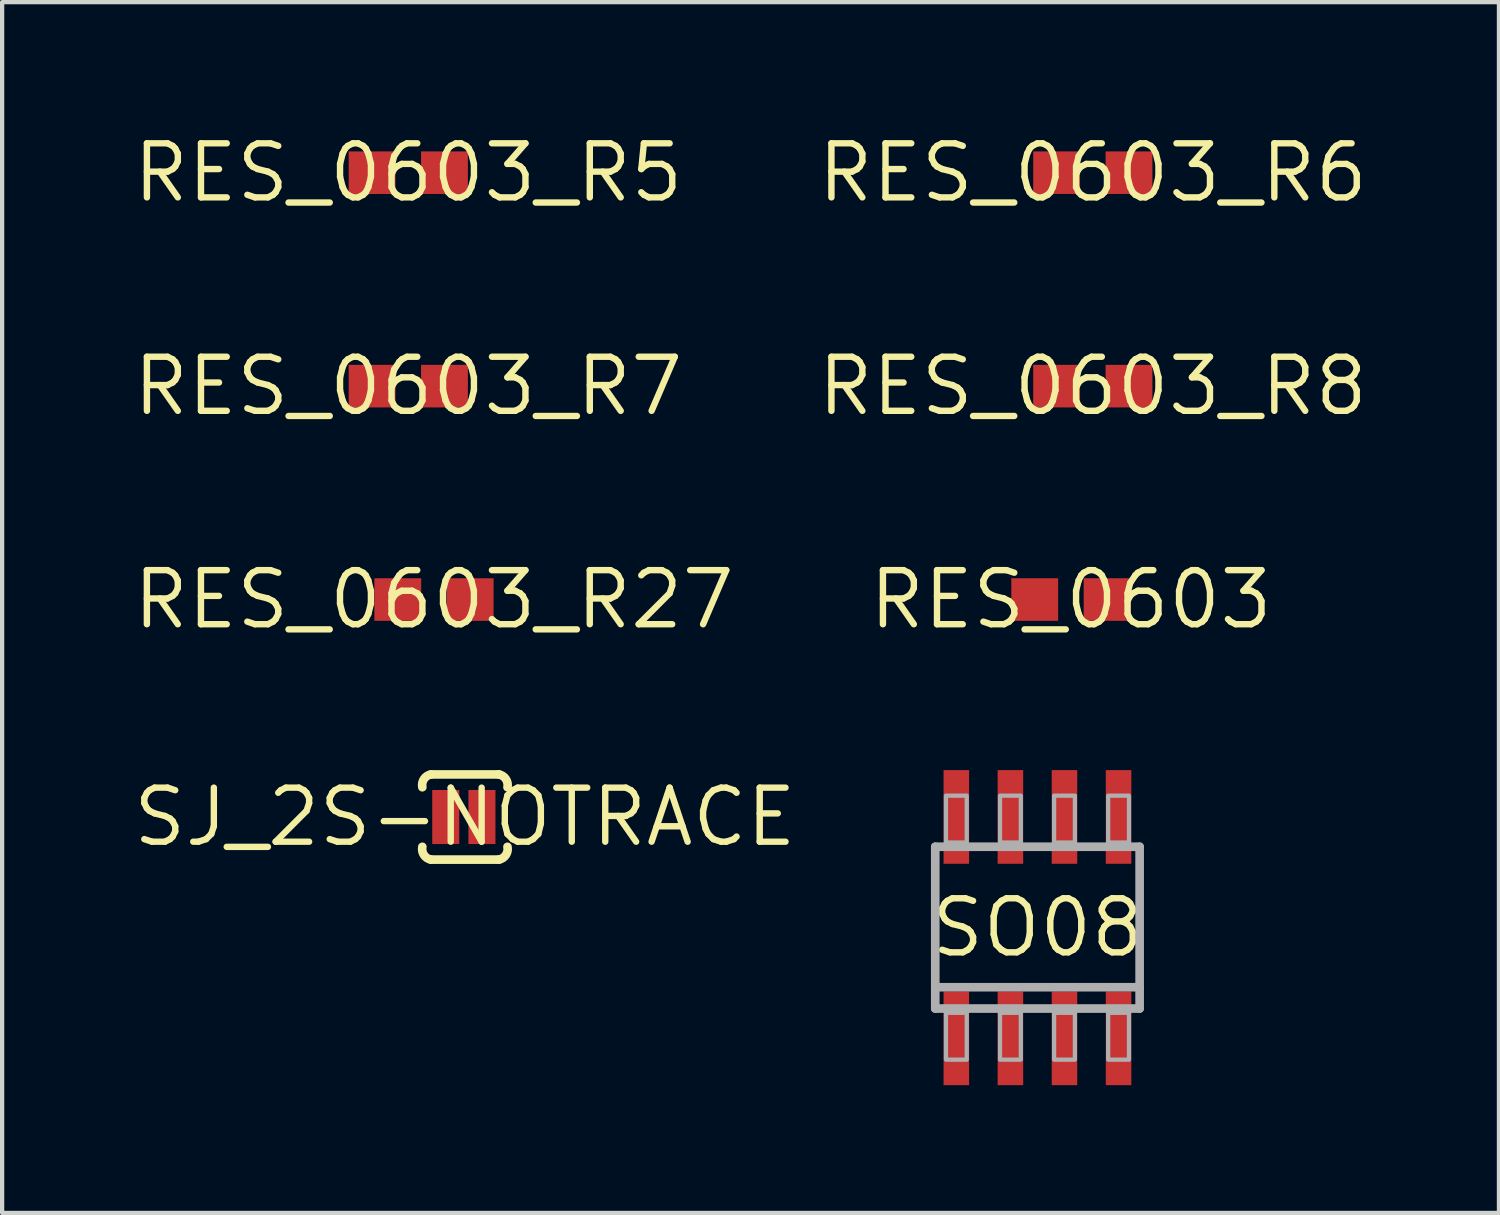
<source format=kicad_pcb>
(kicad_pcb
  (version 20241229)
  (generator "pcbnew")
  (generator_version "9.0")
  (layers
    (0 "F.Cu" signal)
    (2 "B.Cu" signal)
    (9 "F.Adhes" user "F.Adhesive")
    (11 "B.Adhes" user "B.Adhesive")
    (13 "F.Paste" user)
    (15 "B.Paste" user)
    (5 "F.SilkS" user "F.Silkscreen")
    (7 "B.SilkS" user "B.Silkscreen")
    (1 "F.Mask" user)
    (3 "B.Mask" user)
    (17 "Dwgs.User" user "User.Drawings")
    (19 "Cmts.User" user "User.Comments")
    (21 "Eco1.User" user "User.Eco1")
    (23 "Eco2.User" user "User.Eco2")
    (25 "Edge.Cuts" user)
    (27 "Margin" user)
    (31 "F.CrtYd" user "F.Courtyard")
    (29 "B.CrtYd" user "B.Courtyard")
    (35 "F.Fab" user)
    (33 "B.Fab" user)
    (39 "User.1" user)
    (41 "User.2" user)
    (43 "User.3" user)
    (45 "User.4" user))
  (footprint "RES_0603_R6"
    (layer "F.Cu")
    (at 22.616 1.006)
    (property "Reference" "RES_0603_R6" (at 0 0 0) (layer "F.SilkS") (effects (font (size 1.27 1.27) (thickness 0.15))))
    (fp_poly (pts (xy -1.4 0.5) (xy -1.4 -0.5) (xy -0.3 -0.5) (xy -0.3 0.5)) (stroke (width 0) (type default)) (fill yes) (layer "F.Mask"))
    (fp_poly (pts (xy 0.3 0.5) (xy 0.3 -0.5) (xy 1.4 -0.5) (xy 1.4 0.5)) (stroke (width 0) (type default)) (fill yes) (layer "F.Mask"))
    (fp_poly (pts (xy -1.4 0.5) (xy -1.4 -0.5) (xy -0.3 -0.5) (xy -0.3 0.5)) (stroke (width 0) (type default)) (fill yes) (layer "F.Paste"))
    (fp_poly (pts (xy 0.3 0.5) (xy 0.3 -0.5) (xy 1.4 -0.5) (xy 1.4 0.5)) (stroke (width 0) (type default)) (fill yes) (layer "F.Paste"))
    (pad "1" smd rect (at -0.85 0 90) (size 1 1.1) (layers "F.Cu"))
    (pad "2" smd rect (at 0.85 0 90) (size 1 1.1) (layers "F.Cu")))
  (footprint "SJ_2S-NOTRACE"
    (layer "F.Cu")
    (at 7.869 16.139)
    (property "Reference" "SJ_2S-NOTRACE" (at 0 0 0) (layer "F.SilkS") (effects (font (size 1.27 1.27) (thickness 0.15))))
    (fp_poly (pts (xy -0.768 -0.635) (xy -0.133 -0.635) (xy -0.133 0.635) (xy -0.768 0.635)) (stroke (width 0) (type default)) (fill yes) (layer "F.Mask"))
    (fp_poly (pts (xy 0.082 -0.635) (xy 0.717 -0.635) (xy 0.717 0.635) (xy 0.082 0.635)) (stroke (width 0) (type default)) (fill yes) (layer "F.Mask"))
    (fp_line (start -0.8 -1) (end 0.8 -1) (stroke (width 0.203) (type solid)) (layer "F.SilkS"))
    (fp_line (start 0.8 1) (end -0.8 1) (stroke (width 0.203) (type solid)) (layer "F.SilkS"))
    (fp_arc (start -1.000001 -0.699999) (mid -0.962238 -0.891491) (end -0.8 -1) (stroke (width 0.203) (type solid)) (layer "F.SilkS"))
    (fp_arc (start -0.799999 1.000001) (mid -0.962143 0.891429) (end -1 0.7) (stroke (width 0.203) (type solid)) (layer "F.SilkS"))
    (fp_arc (start 0.799999 -0.999999) (mid 0.962189 -0.89146) (end 1 -0.7) (stroke (width 0.203) (type solid)) (layer "F.SilkS"))
    (fp_arc (start 1 0.699998) (mid 0.962286 0.891522) (end 0.8 1) (stroke (width 0.203) (type solid)) (layer "F.SilkS"))
    (fp_poly (pts (xy -0.768 -0.635) (xy -0.133 -0.635) (xy -0.133 0.635) (xy -0.768 0.635)) (stroke (width 0) (type default)) (fill yes) (layer "F.Paste"))
    (fp_poly (pts (xy 0.082 -0.635) (xy 0.717 -0.635) (xy 0.717 0.635) (xy 0.082 0.635)) (stroke (width 0) (type default)) (fill yes) (layer "F.Paste"))
    (fp_poly (pts (xy 1.016 -1.016) (xy -1.014 -1.016) (xy -1.014 1.018) (xy 1.016 1.018)) (stroke (width 0) (type default)) (fill yes) (layer "F.Paste"))
    (pad "1" smd rect (at -0.45 0) (size 0.635 1.27) (layers "F.Cu"))
    (pad "2" smd rect (at 0.4 0) (size 0.635 1.27) (layers "F.Cu")))
  (footprint "RES_0603_R7"
    (layer "F.Cu")
    (at 6.539 6.019)
    (property "Reference" "RES_0603_R7" (at 0 0 0) (layer "F.SilkS") (effects (font (size 1.27 1.27) (thickness 0.15))))
    (fp_poly (pts (xy -1.4 0.5) (xy -1.4 -0.5) (xy -0.3 -0.5) (xy -0.3 0.5)) (stroke (width 0) (type default)) (fill yes) (layer "F.Mask"))
    (fp_poly (pts (xy 0.3 0.5) (xy 0.3 -0.5) (xy 1.4 -0.5) (xy 1.4 0.5)) (stroke (width 0) (type default)) (fill yes) (layer "F.Mask"))
    (fp_poly (pts (xy -1.4 0.5) (xy -1.4 -0.5) (xy -0.3 -0.5) (xy -0.3 0.5)) (stroke (width 0) (type default)) (fill yes) (layer "F.Paste"))
    (fp_poly (pts (xy 0.3 0.5) (xy 0.3 -0.5) (xy 1.4 -0.5) (xy 1.4 0.5)) (stroke (width 0) (type default)) (fill yes) (layer "F.Paste"))
    (pad "1" smd rect (at -0.85 0 90) (size 1 1.1) (layers "F.Cu"))
    (pad "2" smd rect (at 0.85 0 90) (size 1 1.1) (layers "F.Cu")))
  (footprint "RES_0603_R8"
    (layer "F.Cu")
    (at 22.616 6.019)
    (property "Reference" "RES_0603_R8" (at 0 0 0) (layer "F.SilkS") (effects (font (size 1.27 1.27) (thickness 0.15))))
    (fp_poly (pts (xy -1.4 0.5) (xy -1.4 -0.5) (xy -0.3 -0.5) (xy -0.3 0.5)) (stroke (width 0) (type default)) (fill yes) (layer "F.Mask"))
    (fp_poly (pts (xy 0.3 0.5) (xy 0.3 -0.5) (xy 1.4 -0.5) (xy 1.4 0.5)) (stroke (width 0) (type default)) (fill yes) (layer "F.Mask"))
    (fp_poly (pts (xy -1.4 0.5) (xy -1.4 -0.5) (xy -0.3 -0.5) (xy -0.3 0.5)) (stroke (width 0) (type default)) (fill yes) (layer "F.Paste"))
    (fp_poly (pts (xy 0.3 0.5) (xy 0.3 -0.5) (xy 1.4 -0.5) (xy 1.4 0.5)) (stroke (width 0) (type default)) (fill yes) (layer "F.Paste"))
    (pad "1" smd rect (at -0.85 0 90) (size 1 1.1) (layers "F.Cu"))
    (pad "2" smd rect (at 0.85 0 90) (size 1 1.1) (layers "F.Cu")))
  (footprint "RES_0603_R27"
    (layer "F.Cu")
    (at 7.143 11.031)
    (property "Reference" "RES_0603_R27" (at 0 0 0) (layer "F.SilkS") (effects (font (size 1.27 1.27) (thickness 0.15))))
    (fp_poly (pts (xy -1.4 0.5) (xy -1.4 -0.5) (xy -0.3 -0.5) (xy -0.3 0.5)) (stroke (width 0) (type default)) (fill yes) (layer "F.Mask"))
    (fp_poly (pts (xy 0.3 0.5) (xy 0.3 -0.5) (xy 1.4 -0.5) (xy 1.4 0.5)) (stroke (width 0) (type default)) (fill yes) (layer "F.Mask"))
    (fp_poly (pts (xy -1.4 0.5) (xy -1.4 -0.5) (xy -0.3 -0.5) (xy -0.3 0.5)) (stroke (width 0) (type default)) (fill yes) (layer "F.Paste"))
    (fp_poly (pts (xy 0.3 0.5) (xy 0.3 -0.5) (xy 1.4 -0.5) (xy 1.4 0.5)) (stroke (width 0) (type default)) (fill yes) (layer "F.Paste"))
    (pad "1" smd rect (at -0.85 0 90) (size 1 1.1) (layers "F.Cu"))
    (pad "2" smd rect (at 0.85 0 90) (size 1 1.1) (layers "F.Cu")))
  (footprint "RES_0603_R5"
    (layer "F.Cu")
    (at 6.539 1.006)
    (property "Reference" "RES_0603_R5" (at 0 0 0) (layer "F.SilkS") (effects (font (size 1.27 1.27) (thickness 0.15))))
    (fp_poly (pts (xy -1.4 0.5) (xy -1.4 -0.5) (xy -0.3 -0.5) (xy -0.3 0.5)) (stroke (width 0) (type default)) (fill yes) (layer "F.Mask"))
    (fp_poly (pts (xy 0.3 0.5) (xy 0.3 -0.5) (xy 1.4 -0.5) (xy 1.4 0.5)) (stroke (width 0) (type default)) (fill yes) (layer "F.Mask"))
    (fp_poly (pts (xy -1.4 0.5) (xy -1.4 -0.5) (xy -0.3 -0.5) (xy -0.3 0.5)) (stroke (width 0) (type default)) (fill yes) (layer "F.Paste"))
    (fp_poly (pts (xy 0.3 0.5) (xy 0.3 -0.5) (xy 1.4 -0.5) (xy 1.4 0.5)) (stroke (width 0) (type default)) (fill yes) (layer "F.Paste"))
    (pad "1" smd rect (at -0.85 0 90) (size 1 1.1) (layers "F.Cu"))
    (pad "2" smd rect (at 0.85 0 90) (size 1 1.1) (layers "F.Cu")))
  (footprint "RES_0603"
    (layer "F.Cu")
    (at 22.102 11.031)
    (property "Reference" "RES_0603" (at 0 0 0) (layer "F.SilkS") (effects (font (size 1.27 1.27) (thickness 0.15))))
    (fp_poly (pts (xy -1.4 0.5) (xy -1.4 -0.5) (xy -0.3 -0.5) (xy -0.3 0.5)) (stroke (width 0) (type default)) (fill yes) (layer "F.Mask"))
    (fp_poly (pts (xy 0.3 0.5) (xy 0.3 -0.5) (xy 1.4 -0.5) (xy 1.4 0.5)) (stroke (width 0) (type default)) (fill yes) (layer "F.Mask"))
    (fp_poly (pts (xy -1.4 0.5) (xy -1.4 -0.5) (xy -0.3 -0.5) (xy -0.3 0.5)) (stroke (width 0) (type default)) (fill yes) (layer "F.Paste"))
    (fp_poly (pts (xy 0.3 0.5) (xy 0.3 -0.5) (xy 1.4 -0.5) (xy 1.4 0.5)) (stroke (width 0) (type default)) (fill yes) (layer "F.Paste"))
    (pad "1" smd rect (at -0.85 0 90) (size 1 1.1) (layers "F.Cu"))
    (pad "2" smd rect (at 0.85 0 90) (size 1 1.1) (layers "F.Cu")))
  (footprint "SO08"
    (layer "F.Cu")
    (at 21.316 18.737)
    (property "Reference" "SO08" (at 0 0 0) (layer "F.SilkS") (effects (font (size 1.27 1.27) (thickness 0.15))))
    (fp_poly (pts (xy -2.205 -3.7) (xy -1.605 -3.7) (xy -1.605 -1.5) (xy -2.205 -1.5)) (stroke (width 0) (type default)) (fill yes) (layer "F.Mask"))
    (fp_poly (pts (xy -2.205 1.5) (xy -1.605 1.5) (xy -1.605 3.7) (xy -2.205 3.7)) (stroke (width 0) (type default)) (fill yes) (layer "F.Mask"))
    (fp_poly (pts (xy -0.935 -3.7) (xy -0.335 -3.7) (xy -0.335 -1.5) (xy -0.935 -1.5)) (stroke (width 0) (type default)) (fill yes) (layer "F.Mask"))
    (fp_poly (pts (xy -0.935 1.5) (xy -0.335 1.5) (xy -0.335 3.7) (xy -0.935 3.7)) (stroke (width 0) (type default)) (fill yes) (layer "F.Mask"))
    (fp_poly (pts (xy 0.335 -3.7) (xy 0.935 -3.7) (xy 0.935 -1.5) (xy 0.335 -1.5)) (stroke (width 0) (type default)) (fill yes) (layer "F.Mask"))
    (fp_poly (pts (xy 0.335 1.5) (xy 0.935 1.5) (xy 0.935 3.7) (xy 0.335 3.7)) (stroke (width 0) (type default)) (fill yes) (layer "F.Mask"))
    (fp_poly (pts (xy 1.605 -3.7) (xy 2.205 -3.7) (xy 2.205 -1.5) (xy 1.605 -1.5)) (stroke (width 0) (type default)) (fill yes) (layer "F.Mask"))
    (fp_poly (pts (xy 1.605 1.5) (xy 2.205 1.5) (xy 2.205 3.7) (xy 1.605 3.7)) (stroke (width 0) (type default)) (fill yes) (layer "F.Mask"))
    (fp_poly (pts (xy -2.205 -3.7) (xy -1.605 -3.7) (xy -1.605 -1.5) (xy -2.205 -1.5)) (stroke (width 0) (type default)) (fill yes) (layer "F.Paste"))
    (fp_poly (pts (xy -2.205 1.5) (xy -1.605 1.5) (xy -1.605 3.7) (xy -2.205 3.7)) (stroke (width 0) (type default)) (fill yes) (layer "F.Paste"))
    (fp_poly (pts (xy -0.935 -3.7) (xy -0.335 -3.7) (xy -0.335 -1.5) (xy -0.935 -1.5)) (stroke (width 0) (type default)) (fill yes) (layer "F.Paste"))
    (fp_poly (pts (xy -0.935 1.5) (xy -0.335 1.5) (xy -0.335 3.7) (xy -0.935 3.7)) (stroke (width 0) (type default)) (fill yes) (layer "F.Paste"))
    (fp_poly (pts (xy 0.335 -3.7) (xy 0.935 -3.7) (xy 0.935 -1.5) (xy 0.335 -1.5)) (stroke (width 0) (type default)) (fill yes) (layer "F.Paste"))
    (fp_poly (pts (xy 0.335 1.5) (xy 0.935 1.5) (xy 0.935 3.7) (xy 0.335 3.7)) (stroke (width 0) (type default)) (fill yes) (layer "F.Paste"))
    (fp_poly (pts (xy 1.605 -3.7) (xy 2.205 -3.7) (xy 2.205 -1.5) (xy 1.605 -1.5)) (stroke (width 0) (type default)) (fill yes) (layer "F.Paste"))
    (fp_poly (pts (xy 1.605 1.5) (xy 2.205 1.5) (xy 2.205 3.7) (xy 1.605 3.7)) (stroke (width 0) (type default)) (fill yes) (layer "F.Paste"))
    (fp_line (start -2.4 -1.9) (end 2.4 -1.9) (stroke (width 0.203) (type solid)) (layer "F.Fab"))
    (fp_line (start -2.4 1.4) (end -2.4 -1.9) (stroke (width 0.203) (type solid)) (layer "F.Fab"))
    (fp_line (start -2.4 1.9) (end -2.4 1.4) (stroke (width 0.203) (type solid)) (layer "F.Fab"))
    (fp_line (start 2.4 -1.9) (end 2.4 1.4) (stroke (width 0.203) (type solid)) (layer "F.Fab"))
    (fp_line (start 2.4 1.4) (end -2.4 1.4) (stroke (width 0.203) (type solid)) (layer "F.Fab"))
    (fp_line (start 2.4 1.4) (end 2.4 1.9) (stroke (width 0.203) (type solid)) (layer "F.Fab"))
    (fp_line (start 2.4 1.9) (end -2.4 1.9) (stroke (width 0.203) (type solid)) (layer "F.Fab"))
    (fp_poly (pts (xy -1.66 -3.1) (xy -2.149 -3.1) (xy -2.149 -1.999) (xy -1.66 -1.999)) (stroke (width 0.1) (type default)) (fill no) (layer "F.Fab"))
    (fp_poly (pts (xy -1.66 2) (xy -2.149 2) (xy -2.149 3.101) (xy -1.66 3.101)) (stroke (width 0.1) (type default)) (fill no) (layer "F.Fab"))
    (fp_poly (pts (xy -0.39 -3.1) (xy -0.879 -3.1) (xy -0.879 -1.999) (xy -0.39 -1.999)) (stroke (width 0.1) (type default)) (fill no) (layer "F.Fab"))
    (fp_poly (pts (xy -0.39 2) (xy -0.879 2) (xy -0.879 3.101) (xy -0.39 3.101)) (stroke (width 0.1) (type default)) (fill no) (layer "F.Fab"))
    (fp_poly (pts (xy 0.88 -3.1) (xy 0.391 -3.1) (xy 0.391 -1.999) (xy 0.88 -1.999)) (stroke (width 0.1) (type default)) (fill no) (layer "F.Fab"))
    (fp_poly (pts (xy 0.88 2) (xy 0.391 2) (xy 0.391 3.101) (xy 0.88 3.101)) (stroke (width 0.1) (type default)) (fill no) (layer "F.Fab"))
    (fp_poly (pts (xy 2.15 -3.1) (xy 1.661 -3.1) (xy 1.661 -1.999) (xy 2.15 -1.999)) (stroke (width 0.1) (type default)) (fill no) (layer "F.Fab"))
    (fp_poly (pts (xy 2.15 2) (xy 1.661 2) (xy 1.661 3.101) (xy 2.15 3.101)) (stroke (width 0.1) (type default)) (fill no) (layer "F.Fab"))
    (pad "1" smd rect (at -1.905 2.6) (size 0.6 2.2) (layers "F.Cu"))
    (pad "2" smd rect (at -0.635 2.6) (size 0.6 2.2) (layers "F.Cu"))
    (pad "3" smd rect (at 0.635 2.6) (size 0.6 2.2) (layers "F.Cu"))
    (pad "4" smd rect (at 1.905 2.6) (size 0.6 2.2) (layers "F.Cu"))
    (pad "5" smd rect (at 1.905 -2.6) (size 0.6 2.2) (layers "F.Cu"))
    (pad "6" smd rect (at 0.635 -2.6) (size 0.6 2.2) (layers "F.Cu"))
    (pad "7" smd rect (at -0.635 -2.6) (size 0.6 2.2) (layers "F.Cu"))
    (pad "8" smd rect (at -1.905 -2.6) (size 0.6 2.2) (layers "F.Cu")))
  (gr_rect
    (start -3 -3)
    (end 32.155 25.437)
    (stroke (width 0.1) (type default))
    (fill no)
    (layer "Edge.Cuts")))
</source>
